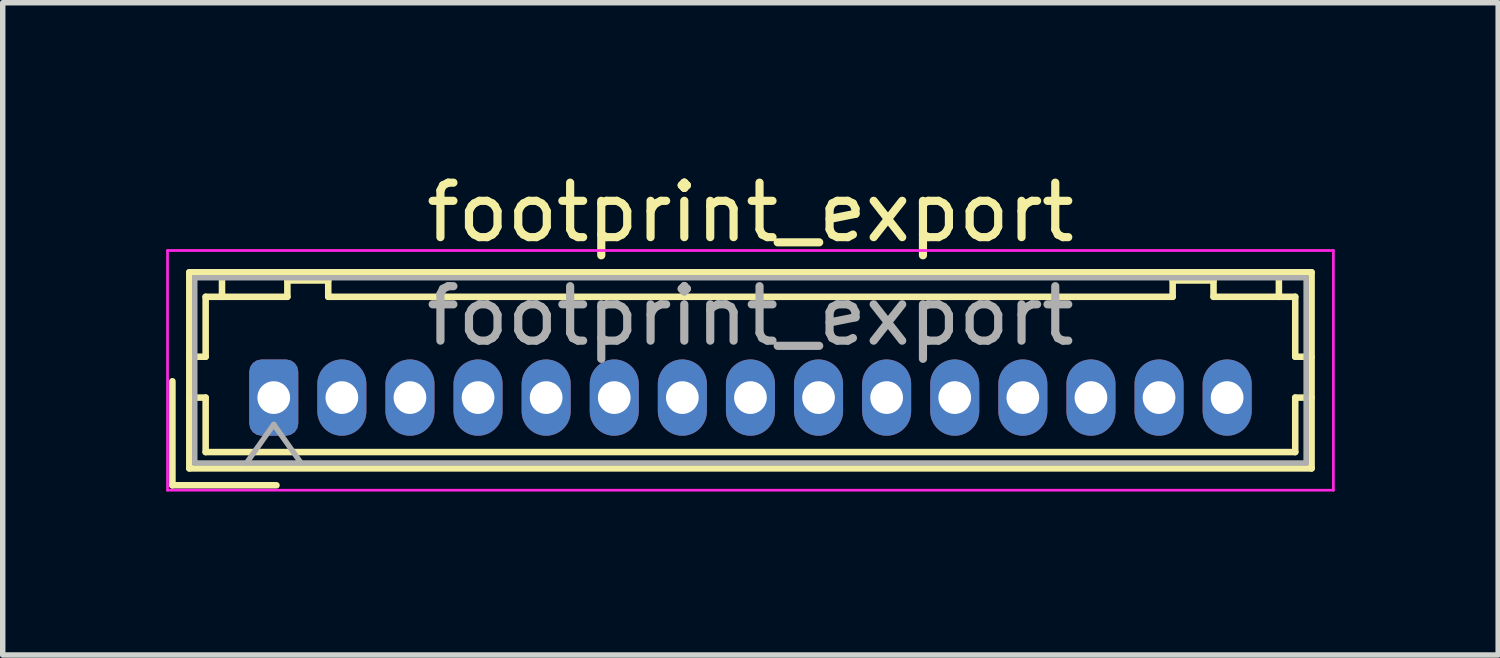
<source format=kicad_pcb>
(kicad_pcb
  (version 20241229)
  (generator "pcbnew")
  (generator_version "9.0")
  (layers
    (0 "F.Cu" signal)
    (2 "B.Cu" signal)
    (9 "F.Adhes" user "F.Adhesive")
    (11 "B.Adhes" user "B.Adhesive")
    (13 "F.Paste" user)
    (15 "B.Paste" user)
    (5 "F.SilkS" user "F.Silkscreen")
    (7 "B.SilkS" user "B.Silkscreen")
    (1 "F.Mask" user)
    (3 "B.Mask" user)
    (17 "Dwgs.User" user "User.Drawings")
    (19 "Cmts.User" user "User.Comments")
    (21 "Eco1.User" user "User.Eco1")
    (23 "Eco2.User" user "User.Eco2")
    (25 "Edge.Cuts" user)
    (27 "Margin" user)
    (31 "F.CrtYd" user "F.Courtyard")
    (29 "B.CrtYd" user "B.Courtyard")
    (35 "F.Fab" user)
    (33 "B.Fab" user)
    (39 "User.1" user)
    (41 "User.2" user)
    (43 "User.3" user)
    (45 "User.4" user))
  (footprint "footprint_export"
    (layer "F.Cu")
    (at 1.975 4.248)
    (property "Reference" "footprint_export" (at 8.75 -3.4 0) (layer "F.SilkS") (effects (font (size 1 1) (thickness 0.15))))
    (attr through_hole)
    (fp_line (start -1.86 -0.3) (end -1.86 1.61) (stroke (width 0.12) (type solid)) (layer "F.SilkS"))
    (fp_line (start -1.86 1.61) (end 0.05 1.61) (stroke (width 0.12) (type solid)) (layer "F.SilkS"))
    (fp_line (start -1.55 -2.3) (end -1.55 1.3) (stroke (width 0.12) (type solid)) (layer "F.SilkS"))
    (fp_line (start -1.55 -0.75) (end -1.25 -0.75) (stroke (width 0.12) (type solid)) (layer "F.SilkS"))
    (fp_line (start -1.55 0) (end -1.25 0) (stroke (width 0.12) (type solid)) (layer "F.SilkS"))
    (fp_line (start -1.55 1.3) (end 19.05 1.3) (stroke (width 0.12) (type solid)) (layer "F.SilkS"))
    (fp_line (start -1.25 -1.85) (end -0.95 -1.85) (stroke (width 0.12) (type solid)) (layer "F.SilkS"))
    (fp_line (start -1.25 -0.75) (end -1.25 -1.85) (stroke (width 0.12) (type solid)) (layer "F.SilkS"))
    (fp_line (start -1.25 0) (end -1.25 1) (stroke (width 0.12) (type solid)) (layer "F.SilkS"))
    (fp_line (start -1.25 1) (end 18.75 1) (stroke (width 0.12) (type solid)) (layer "F.SilkS"))
    (fp_line (start -0.95 -1.85) (end -0.95 -2.3) (stroke (width 0.12) (type solid)) (layer "F.SilkS"))
    (fp_line (start -0.95 -1.85) (end 0.25 -1.85) (stroke (width 0.12) (type solid)) (layer "F.SilkS"))
    (fp_line (start 0.25 -2.15) (end 1 -2.15) (stroke (width 0.12) (type solid)) (layer "F.SilkS"))
    (fp_line (start 0.25 -1.85) (end 0.25 -2.15) (stroke (width 0.12) (type solid)) (layer "F.SilkS"))
    (fp_line (start 1 -2.15) (end 1 -1.85) (stroke (width 0.12) (type solid)) (layer "F.SilkS"))
    (fp_line (start 1 -1.85) (end 16.5 -1.85) (stroke (width 0.12) (type solid)) (layer "F.SilkS"))
    (fp_line (start 16.5 -2.15) (end 17.25 -2.15) (stroke (width 0.12) (type solid)) (layer "F.SilkS"))
    (fp_line (start 16.5 -1.85) (end 16.5 -2.15) (stroke (width 0.12) (type solid)) (layer "F.SilkS"))
    (fp_line (start 17.25 -2.15) (end 17.25 -1.85) (stroke (width 0.12) (type solid)) (layer "F.SilkS"))
    (fp_line (start 17.25 -1.85) (end 18.45 -1.85) (stroke (width 0.12) (type solid)) (layer "F.SilkS"))
    (fp_line (start 18.45 -1.85) (end 18.45 -2.3) (stroke (width 0.12) (type solid)) (layer "F.SilkS"))
    (fp_line (start 18.75 -1.85) (end 18.45 -1.85) (stroke (width 0.12) (type solid)) (layer "F.SilkS"))
    (fp_line (start 18.75 -0.75) (end 18.75 -1.85) (stroke (width 0.12) (type solid)) (layer "F.SilkS"))
    (fp_line (start 18.75 0) (end 19.05 0) (stroke (width 0.12) (type solid)) (layer "F.SilkS"))
    (fp_line (start 18.75 1) (end 18.75 0) (stroke (width 0.12) (type solid)) (layer "F.SilkS"))
    (fp_line (start 19.05 -2.3) (end -1.55 -2.3) (stroke (width 0.12) (type solid)) (layer "F.SilkS"))
    (fp_line (start 19.05 -0.75) (end 18.75 -0.75) (stroke (width 0.12) (type solid)) (layer "F.SilkS"))
    (fp_line (start 19.05 1.3) (end 19.05 -2.3) (stroke (width 0.12) (type solid)) (layer "F.SilkS"))
    (fp_line (start -1.95 -2.7) (end -1.95 1.7) (stroke (width 0.05) (type solid)) (layer "F.CrtYd"))
    (fp_line (start -1.95 1.7) (end 19.45 1.7) (stroke (width 0.05) (type solid)) (layer "F.CrtYd"))
    (fp_line (start 19.45 -2.7) (end -1.95 -2.7) (stroke (width 0.05) (type solid)) (layer "F.CrtYd"))
    (fp_line (start 19.45 1.7) (end 19.45 -2.7) (stroke (width 0.05) (type solid)) (layer "F.CrtYd"))
    (fp_line (start -1.45 -2.2) (end -1.45 1.2) (stroke (width 0.1) (type solid)) (layer "F.Fab"))
    (fp_line (start -1.45 1.2) (end 18.95 1.2) (stroke (width 0.1) (type solid)) (layer "F.Fab"))
    (fp_line (start -0.5 1.2) (end 0 0.493) (stroke (width 0.1) (type solid)) (layer "F.Fab"))
    (fp_line (start 0 0.493) (end 0.5 1.2) (stroke (width 0.1) (type solid)) (layer "F.Fab"))
    (fp_line (start 18.95 -2.2) (end -1.45 -2.2) (stroke (width 0.1) (type solid)) (layer "F.Fab"))
    (fp_line (start 18.95 1.2) (end 18.95 -2.2) (stroke (width 0.1) (type solid)) (layer "F.Fab"))
    (fp_text user "${REFERENCE}" (at 8.75 -1.5 0) (layer "F.Fab") (effects (font (size 1 1) (thickness 0.15))))
    (pad "1" thru_hole roundrect (at 0 0) (size 0.9 1.4) (drill 0.6) (layers "*.Cu" "*.Mask") (roundrect_rratio 0.25))
    (pad "2" thru_hole oval (at 1.25 0) (size 0.9 1.4) (drill 0.6) (layers "*.Cu" "*.Mask"))
    (pad "3" thru_hole oval (at 2.5 0) (size 0.9 1.4) (drill 0.6) (layers "*.Cu" "*.Mask"))
    (pad "4" thru_hole oval (at 3.75 0) (size 0.9 1.4) (drill 0.6) (layers "*.Cu" "*.Mask"))
    (pad "5" thru_hole oval (at 5 0) (size 0.9 1.4) (drill 0.6) (layers "*.Cu" "*.Mask"))
    (pad "6" thru_hole oval (at 6.25 0) (size 0.9 1.4) (drill 0.6) (layers "*.Cu" "*.Mask"))
    (pad "7" thru_hole oval (at 7.5 0) (size 0.9 1.4) (drill 0.6) (layers "*.Cu" "*.Mask"))
    (pad "8" thru_hole oval (at 8.75 0) (size 0.9 1.4) (drill 0.6) (layers "*.Cu" "*.Mask"))
    (pad "9" thru_hole oval (at 10 0) (size 0.9 1.4) (drill 0.6) (layers "*.Cu" "*.Mask"))
    (pad "10" thru_hole oval (at 11.25 0) (size 0.9 1.4) (drill 0.6) (layers "*.Cu" "*.Mask"))
    (pad "11" thru_hole oval (at 12.5 0) (size 0.9 1.4) (drill 0.6) (layers "*.Cu" "*.Mask"))
    (pad "12" thru_hole oval (at 13.75 0) (size 0.9 1.4) (drill 0.6) (layers "*.Cu" "*.Mask"))
    (pad "13" thru_hole oval (at 15 0) (size 0.9 1.4) (drill 0.6) (layers "*.Cu" "*.Mask"))
    (pad "14" thru_hole oval (at 16.25 0) (size 0.9 1.4) (drill 0.6) (layers "*.Cu" "*.Mask"))
    (pad "15" thru_hole oval (at 17.5 0) (size 0.9 1.4) (drill 0.6) (layers "*.Cu" "*.Mask")))
  (gr_rect
    (start -3 -3)
    (end 24.45 8.973)
    (stroke (width 0.1) (type default))
    (fill no)
    (layer "Edge.Cuts")))
</source>
